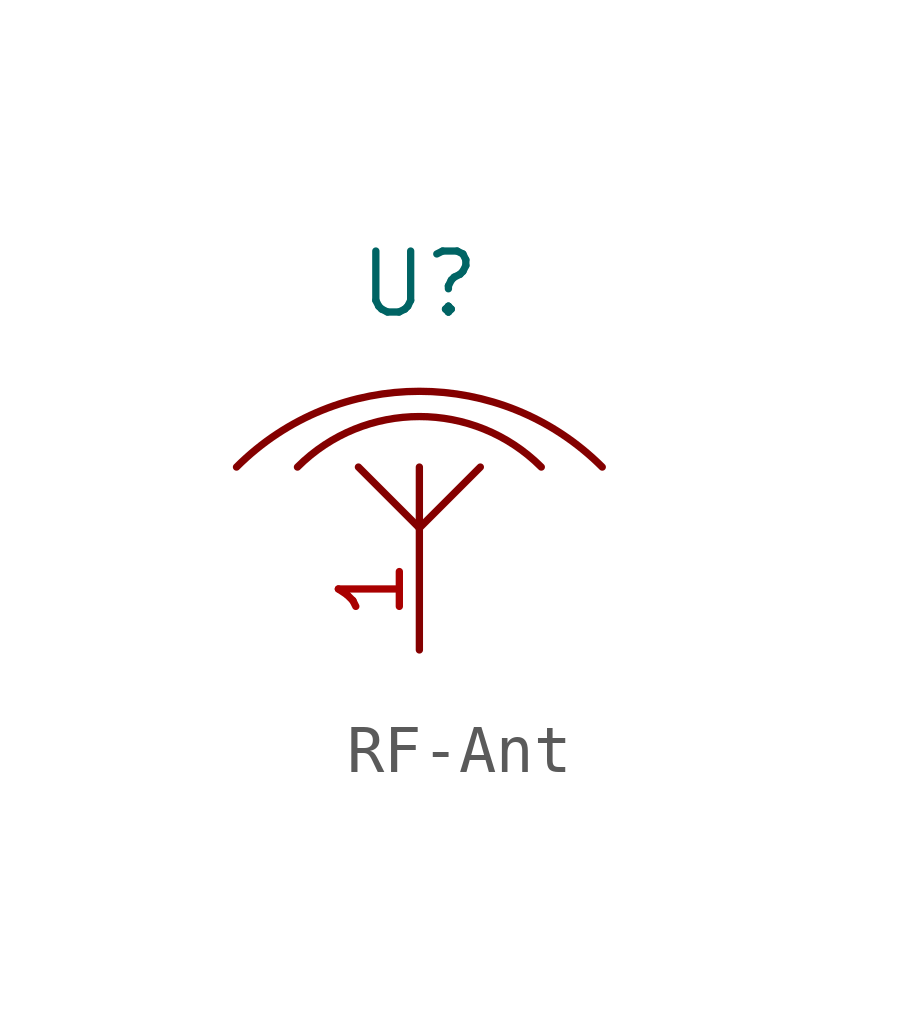
<source format=kicad_sym>
(kicad_symbol_lib
  (version 20220914)
  (generator kicad_symbol_editor)
  (symbol "RF-Ant"
    (property "Reference" "U"
      (at 0 5.08 0)
      (effects (font (size 1.27 1.27))))
    (property "Value" ""
      (at 0 0 0)
      (effects (font (size 1.27 1.27))))
    (symbol "RF-Ant_0_1"
      (polyline (pts (xy 0 0) (xy -1.27 1.27)) (stroke (width 0) (type default)) (fill (type none)))
      (polyline (pts (xy 0 0) (xy 0 0)) (stroke (width 0) (type default)) (fill (type none)))
      (polyline (pts (xy 0 0) (xy 0 1.27)) (stroke (width 0) (type default)) (fill (type none)))
      (polyline (pts (xy 0 0) (xy 1.27 1.27)) (stroke (width 0) (type default)) (fill (type none)))
      (arc (start 2.54 1.27) (mid 0 2.3221) (end -2.54 1.27) (stroke (width 0) (type default)) (fill (type none)))
      (arc (start 3.81 1.27) (mid 0 2.8481) (end -3.81 1.27) (stroke (width 0) (type default)) (fill (type none))))
    (symbol "RF-Ant_1_1"
      (pin input line (at 0 -2.54 90) (length 2.54) (name "" (effects (font (size 1.27 1.27)))) (number "1" (effects (font (size 1.27 1.27)))))
      (pin input line (at 5.08 -1.27 180) (length 5.08) hide (name "" (effects (font (size 1.27 1.27)))) (number "2" (effects (font (size 1.27 1.27))))))))
</source>
